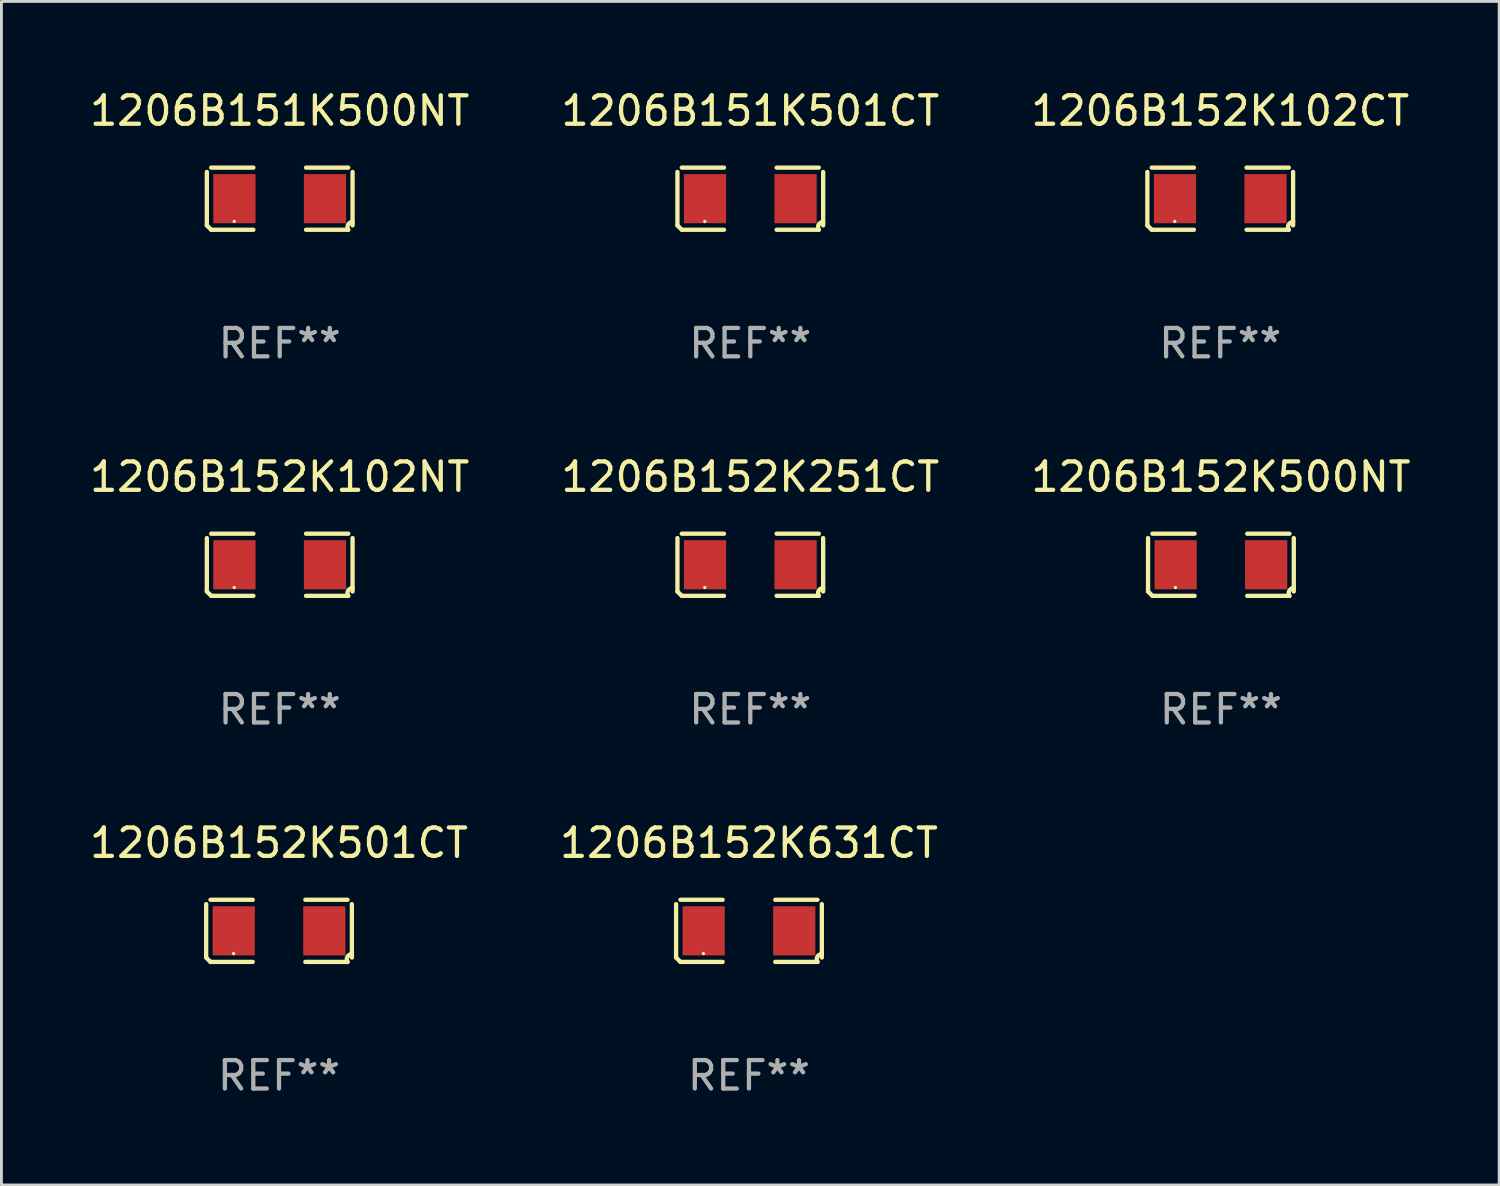
<source format=kicad_pcb>
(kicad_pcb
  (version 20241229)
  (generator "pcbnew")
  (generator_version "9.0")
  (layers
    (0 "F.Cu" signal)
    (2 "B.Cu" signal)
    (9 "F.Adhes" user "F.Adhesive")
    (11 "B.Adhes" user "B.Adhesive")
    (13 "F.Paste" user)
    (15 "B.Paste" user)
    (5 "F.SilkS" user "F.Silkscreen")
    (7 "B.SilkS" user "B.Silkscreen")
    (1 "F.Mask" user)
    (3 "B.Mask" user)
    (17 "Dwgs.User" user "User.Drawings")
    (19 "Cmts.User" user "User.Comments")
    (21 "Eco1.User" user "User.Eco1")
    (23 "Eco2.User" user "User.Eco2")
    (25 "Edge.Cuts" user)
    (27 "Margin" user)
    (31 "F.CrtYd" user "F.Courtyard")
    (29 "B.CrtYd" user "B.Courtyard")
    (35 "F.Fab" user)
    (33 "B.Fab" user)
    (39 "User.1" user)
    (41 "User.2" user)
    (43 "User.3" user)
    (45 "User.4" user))
  (footprint "1206B152K102CT"
    (layer "F.Cu")
    (at 39.887 3.941)
    (property "Reference" "1206B152K102CT" (at 0 -3.093 0) (layer "F.SilkS") (effects (font (size 1 1) (thickness 0.15))))
    (attr through_hole)
    (fp_line (start -2.564 0.94) (end -2.564 -0.94) (stroke (width 0.152) (type solid)) (layer "F.SilkS"))
    (fp_line (start -2.411 -1.093) (end -0.926 -1.093) (stroke (width 0.152) (type solid)) (layer "F.SilkS"))
    (fp_line (start -0.926 1.093) (end -2.411 1.093) (stroke (width 0.152) (type solid)) (layer "F.SilkS"))
    (fp_line (start 0.926 1.093) (end 2.411 1.093) (stroke (width 0.152) (type solid)) (layer "F.SilkS"))
    (fp_line (start 2.411 -1.093) (end 0.926 -1.093) (stroke (width 0.152) (type solid)) (layer "F.SilkS"))
    (fp_line (start 2.564 0.94) (end 2.564 -0.94) (stroke (width 0.152) (type solid)) (layer "F.SilkS"))
    (fp_arc (start -2.411201 1.092609) (mid -2.487413 1.01642) (end -2.563602 0.940208) (stroke (width 0.1524) (type solid)) (layer "F.SilkS"))
    (fp_arc (start 2.411201 1.092609) (mid 2.407159 0.911226) (end 2.563602 0.819347) (stroke (width 0.1524) (type solid)) (layer "F.SilkS"))
    (fp_circle (center -1.6 0.8) (end -1.57 0.8) (stroke (width 0.06) (type solid)) (fill no) (layer "F.SilkS"))
    (fp_text user "REF**" (at 0 5.093 0) (layer "F.Fab") (effects (font (size 1 1) (thickness 0.15))))
    (pad "1" smd rect (at -1.593 0) (size 1.485 1.728) (layers "F.Cu" "F.Mask" "F.Paste"))
    (pad "2" smd rect (at 1.593 0) (size 1.485 1.728) (layers "F.Cu" "F.Mask" "F.Paste")))
  (footprint "1206B152K501CT"
    (layer "F.Cu")
    (at 6.768 29.704)
    (property "Reference" "1206B152K501CT" (at 0 -3.093 0) (layer "F.SilkS") (effects (font (size 1 1) (thickness 0.15))))
    (attr through_hole)
    (fp_line (start -2.564 0.94) (end -2.564 -0.94) (stroke (width 0.152) (type solid)) (layer "F.SilkS"))
    (fp_line (start -2.411 -1.093) (end -0.926 -1.093) (stroke (width 0.152) (type solid)) (layer "F.SilkS"))
    (fp_line (start -0.926 1.093) (end -2.411 1.093) (stroke (width 0.152) (type solid)) (layer "F.SilkS"))
    (fp_line (start 0.926 1.093) (end 2.411 1.093) (stroke (width 0.152) (type solid)) (layer "F.SilkS"))
    (fp_line (start 2.411 -1.093) (end 0.926 -1.093) (stroke (width 0.152) (type solid)) (layer "F.SilkS"))
    (fp_line (start 2.564 0.94) (end 2.564 -0.94) (stroke (width 0.152) (type solid)) (layer "F.SilkS"))
    (fp_arc (start -2.411201 1.092609) (mid -2.487413 1.01642) (end -2.563602 0.940208) (stroke (width 0.1524) (type solid)) (layer "F.SilkS"))
    (fp_arc (start 2.411201 1.092609) (mid 2.407159 0.911226) (end 2.563602 0.819347) (stroke (width 0.1524) (type solid)) (layer "F.SilkS"))
    (fp_circle (center -1.6 0.8) (end -1.57 0.8) (stroke (width 0.06) (type solid)) (fill no) (layer "F.SilkS"))
    (fp_text user "REF**" (at 0 5.093 0) (layer "F.Fab") (effects (font (size 1 1) (thickness 0.15))))
    (pad "1" smd rect (at -1.593 0) (size 1.485 1.728) (layers "F.Cu" "F.Mask" "F.Paste"))
    (pad "2" smd rect (at 1.593 0) (size 1.485 1.728) (layers "F.Cu" "F.Mask" "F.Paste")))
  (footprint "1206B152K500NT"
    (layer "F.Cu")
    (at 39.911 16.823)
    (property "Reference" "1206B152K500NT" (at 0 -3.093 0) (layer "F.SilkS") (effects (font (size 1 1) (thickness 0.15))))
    (attr through_hole)
    (fp_line (start -2.564 0.94) (end -2.564 -0.94) (stroke (width 0.152) (type solid)) (layer "F.SilkS"))
    (fp_line (start -2.411 -1.093) (end -0.926 -1.093) (stroke (width 0.152) (type solid)) (layer "F.SilkS"))
    (fp_line (start -0.926 1.093) (end -2.411 1.093) (stroke (width 0.152) (type solid)) (layer "F.SilkS"))
    (fp_line (start 0.926 1.093) (end 2.411 1.093) (stroke (width 0.152) (type solid)) (layer "F.SilkS"))
    (fp_line (start 2.411 -1.093) (end 0.926 -1.093) (stroke (width 0.152) (type solid)) (layer "F.SilkS"))
    (fp_line (start 2.564 0.94) (end 2.564 -0.94) (stroke (width 0.152) (type solid)) (layer "F.SilkS"))
    (fp_arc (start -2.411201 1.092609) (mid -2.487413 1.01642) (end -2.563602 0.940208) (stroke (width 0.1524) (type solid)) (layer "F.SilkS"))
    (fp_arc (start 2.411201 1.092609) (mid 2.407159 0.911226) (end 2.563602 0.819347) (stroke (width 0.1524) (type solid)) (layer "F.SilkS"))
    (fp_circle (center -1.6 0.8) (end -1.57 0.8) (stroke (width 0.06) (type solid)) (fill no) (layer "F.SilkS"))
    (fp_text user "REF**" (at 0 5.093 0) (layer "F.Fab") (effects (font (size 1 1) (thickness 0.15))))
    (pad "1" smd rect (at -1.593 0) (size 1.485 1.728) (layers "F.Cu" "F.Mask" "F.Paste"))
    (pad "2" smd rect (at 1.593 0) (size 1.485 1.728) (layers "F.Cu" "F.Mask" "F.Paste")))
  (footprint "1206B152K251CT"
    (layer "F.Cu")
    (at 23.351 16.823)
    (property "Reference" "1206B152K251CT" (at 0 -3.093 0) (layer "F.SilkS") (effects (font (size 1 1) (thickness 0.15))))
    (attr through_hole)
    (fp_line (start -2.564 0.94) (end -2.564 -0.94) (stroke (width 0.152) (type solid)) (layer "F.SilkS"))
    (fp_line (start -2.411 -1.093) (end -0.926 -1.093) (stroke (width 0.152) (type solid)) (layer "F.SilkS"))
    (fp_line (start -0.926 1.093) (end -2.411 1.093) (stroke (width 0.152) (type solid)) (layer "F.SilkS"))
    (fp_line (start 0.926 1.093) (end 2.411 1.093) (stroke (width 0.152) (type solid)) (layer "F.SilkS"))
    (fp_line (start 2.411 -1.093) (end 0.926 -1.093) (stroke (width 0.152) (type solid)) (layer "F.SilkS"))
    (fp_line (start 2.564 0.94) (end 2.564 -0.94) (stroke (width 0.152) (type solid)) (layer "F.SilkS"))
    (fp_arc (start -2.411201 1.092609) (mid -2.487413 1.01642) (end -2.563602 0.940208) (stroke (width 0.1524) (type solid)) (layer "F.SilkS"))
    (fp_arc (start 2.411201 1.092609) (mid 2.407159 0.911226) (end 2.563602 0.819347) (stroke (width 0.1524) (type solid)) (layer "F.SilkS"))
    (fp_circle (center -1.6 0.8) (end -1.57 0.8) (stroke (width 0.06) (type solid)) (fill no) (layer "F.SilkS"))
    (fp_text user "REF**" (at 0 5.093 0) (layer "F.Fab") (effects (font (size 1 1) (thickness 0.15))))
    (pad "1" smd rect (at -1.593 0) (size 1.485 1.728) (layers "F.Cu" "F.Mask" "F.Paste"))
    (pad "2" smd rect (at 1.593 0) (size 1.485 1.728) (layers "F.Cu" "F.Mask" "F.Paste")))
  (footprint "1206B152K102NT"
    (layer "F.Cu")
    (at 6.792 16.823)
    (property "Reference" "1206B152K102NT" (at 0 -3.093 0) (layer "F.SilkS") (effects (font (size 1 1) (thickness 0.15))))
    (attr through_hole)
    (fp_line (start -2.564 0.94) (end -2.564 -0.94) (stroke (width 0.152) (type solid)) (layer "F.SilkS"))
    (fp_line (start -2.411 -1.093) (end -0.926 -1.093) (stroke (width 0.152) (type solid)) (layer "F.SilkS"))
    (fp_line (start -0.926 1.093) (end -2.411 1.093) (stroke (width 0.152) (type solid)) (layer "F.SilkS"))
    (fp_line (start 0.926 1.093) (end 2.411 1.093) (stroke (width 0.152) (type solid)) (layer "F.SilkS"))
    (fp_line (start 2.411 -1.093) (end 0.926 -1.093) (stroke (width 0.152) (type solid)) (layer "F.SilkS"))
    (fp_line (start 2.564 0.94) (end 2.564 -0.94) (stroke (width 0.152) (type solid)) (layer "F.SilkS"))
    (fp_arc (start -2.411201 1.092609) (mid -2.487413 1.01642) (end -2.563602 0.940208) (stroke (width 0.1524) (type solid)) (layer "F.SilkS"))
    (fp_arc (start 2.411201 1.092609) (mid 2.407159 0.911226) (end 2.563602 0.819347) (stroke (width 0.1524) (type solid)) (layer "F.SilkS"))
    (fp_circle (center -1.6 0.8) (end -1.57 0.8) (stroke (width 0.06) (type solid)) (fill no) (layer "F.SilkS"))
    (fp_text user "REF**" (at 0 5.093 0) (layer "F.Fab") (effects (font (size 1 1) (thickness 0.15))))
    (pad "1" smd rect (at -1.593 0) (size 1.485 1.728) (layers "F.Cu" "F.Mask" "F.Paste"))
    (pad "2" smd rect (at 1.593 0) (size 1.485 1.728) (layers "F.Cu" "F.Mask" "F.Paste")))
  (footprint "1206B151K500NT"
    (layer "F.Cu")
    (at 6.792 3.941)
    (property "Reference" "1206B151K500NT" (at 0 -3.093 0) (layer "F.SilkS") (effects (font (size 1 1) (thickness 0.15))))
    (attr through_hole)
    (fp_line (start -2.564 0.94) (end -2.564 -0.94) (stroke (width 0.152) (type solid)) (layer "F.SilkS"))
    (fp_line (start -2.411 -1.093) (end -0.926 -1.093) (stroke (width 0.152) (type solid)) (layer "F.SilkS"))
    (fp_line (start -0.926 1.093) (end -2.411 1.093) (stroke (width 0.152) (type solid)) (layer "F.SilkS"))
    (fp_line (start 0.926 1.093) (end 2.411 1.093) (stroke (width 0.152) (type solid)) (layer "F.SilkS"))
    (fp_line (start 2.411 -1.093) (end 0.926 -1.093) (stroke (width 0.152) (type solid)) (layer "F.SilkS"))
    (fp_line (start 2.564 0.94) (end 2.564 -0.94) (stroke (width 0.152) (type solid)) (layer "F.SilkS"))
    (fp_arc (start -2.411201 1.092609) (mid -2.487413 1.01642) (end -2.563602 0.940208) (stroke (width 0.1524) (type solid)) (layer "F.SilkS"))
    (fp_arc (start 2.411201 1.092609) (mid 2.407159 0.911226) (end 2.563602 0.819347) (stroke (width 0.1524) (type solid)) (layer "F.SilkS"))
    (fp_circle (center -1.6 0.8) (end -1.57 0.8) (stroke (width 0.06) (type solid)) (fill no) (layer "F.SilkS"))
    (fp_text user "REF**" (at 0 5.093 0) (layer "F.Fab") (effects (font (size 1 1) (thickness 0.15))))
    (pad "1" smd rect (at -1.593 0) (size 1.485 1.728) (layers "F.Cu" "F.Mask" "F.Paste"))
    (pad "2" smd rect (at 1.593 0) (size 1.485 1.728) (layers "F.Cu" "F.Mask" "F.Paste")))
  (footprint "1206B152K631CT"
    (layer "F.Cu")
    (at 23.304 29.704)
    (property "Reference" "1206B152K631CT" (at 0 -3.093 0) (layer "F.SilkS") (effects (font (size 1 1) (thickness 0.15))))
    (attr through_hole)
    (fp_line (start -2.564 0.94) (end -2.564 -0.94) (stroke (width 0.152) (type solid)) (layer "F.SilkS"))
    (fp_line (start -2.411 -1.093) (end -0.926 -1.093) (stroke (width 0.152) (type solid)) (layer "F.SilkS"))
    (fp_line (start -0.926 1.093) (end -2.411 1.093) (stroke (width 0.152) (type solid)) (layer "F.SilkS"))
    (fp_line (start 0.926 1.093) (end 2.411 1.093) (stroke (width 0.152) (type solid)) (layer "F.SilkS"))
    (fp_line (start 2.411 -1.093) (end 0.926 -1.093) (stroke (width 0.152) (type solid)) (layer "F.SilkS"))
    (fp_line (start 2.564 0.94) (end 2.564 -0.94) (stroke (width 0.152) (type solid)) (layer "F.SilkS"))
    (fp_arc (start -2.411201 1.092609) (mid -2.487413 1.01642) (end -2.563602 0.940208) (stroke (width 0.1524) (type solid)) (layer "F.SilkS"))
    (fp_arc (start 2.411201 1.092609) (mid 2.407159 0.911226) (end 2.563602 0.819347) (stroke (width 0.1524) (type solid)) (layer "F.SilkS"))
    (fp_circle (center -1.6 0.8) (end -1.57 0.8) (stroke (width 0.06) (type solid)) (fill no) (layer "F.SilkS"))
    (fp_text user "REF**" (at 0 5.093 0) (layer "F.Fab") (effects (font (size 1 1) (thickness 0.15))))
    (pad "1" smd rect (at -1.593 0) (size 1.485 1.728) (layers "F.Cu" "F.Mask" "F.Paste"))
    (pad "2" smd rect (at 1.593 0) (size 1.485 1.728) (layers "F.Cu" "F.Mask" "F.Paste")))
  (footprint "1206B151K501CT"
    (layer "F.Cu")
    (at 23.351 3.941)
    (property "Reference" "1206B151K501CT" (at 0 -3.093 0) (layer "F.SilkS") (effects (font (size 1 1) (thickness 0.15))))
    (attr through_hole)
    (fp_line (start -2.564 0.94) (end -2.564 -0.94) (stroke (width 0.152) (type solid)) (layer "F.SilkS"))
    (fp_line (start -2.411 -1.093) (end -0.926 -1.093) (stroke (width 0.152) (type solid)) (layer "F.SilkS"))
    (fp_line (start -0.926 1.093) (end -2.411 1.093) (stroke (width 0.152) (type solid)) (layer "F.SilkS"))
    (fp_line (start 0.926 1.093) (end 2.411 1.093) (stroke (width 0.152) (type solid)) (layer "F.SilkS"))
    (fp_line (start 2.411 -1.093) (end 0.926 -1.093) (stroke (width 0.152) (type solid)) (layer "F.SilkS"))
    (fp_line (start 2.564 0.94) (end 2.564 -0.94) (stroke (width 0.152) (type solid)) (layer "F.SilkS"))
    (fp_arc (start -2.411201 1.092609) (mid -2.487413 1.01642) (end -2.563602 0.940208) (stroke (width 0.1524) (type solid)) (layer "F.SilkS"))
    (fp_arc (start 2.411201 1.092609) (mid 2.407159 0.911226) (end 2.563602 0.819347) (stroke (width 0.1524) (type solid)) (layer "F.SilkS"))
    (fp_circle (center -1.6 0.8) (end -1.57 0.8) (stroke (width 0.06) (type solid)) (fill no) (layer "F.SilkS"))
    (fp_text user "REF**" (at 0 5.093 0) (layer "F.Fab") (effects (font (size 1 1) (thickness 0.15))))
    (pad "1" smd rect (at -1.593 0) (size 1.485 1.728) (layers "F.Cu" "F.Mask" "F.Paste"))
    (pad "2" smd rect (at 1.593 0) (size 1.485 1.728) (layers "F.Cu" "F.Mask" "F.Paste")))
  (gr_rect
    (start -3 -3)
    (end 49.702 38.645)
    (stroke (width 0.1) (type default))
    (fill no)
    (layer "Edge.Cuts")))
</source>
